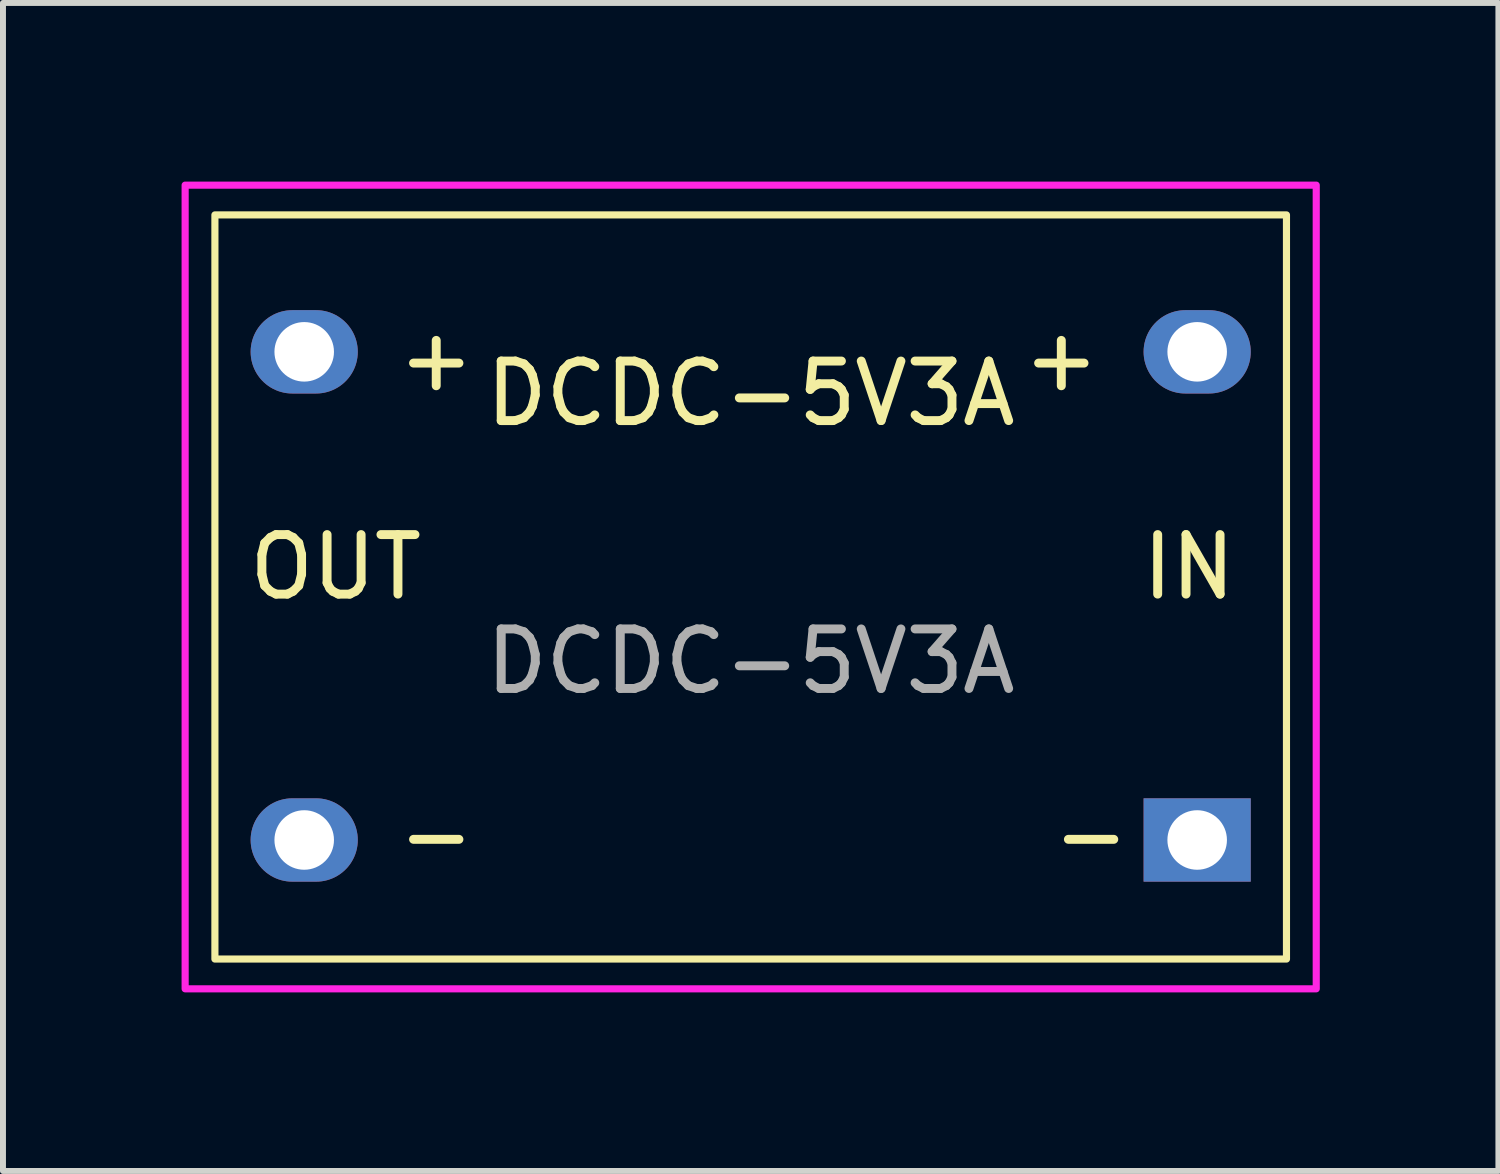
<source format=kicad_pcb>
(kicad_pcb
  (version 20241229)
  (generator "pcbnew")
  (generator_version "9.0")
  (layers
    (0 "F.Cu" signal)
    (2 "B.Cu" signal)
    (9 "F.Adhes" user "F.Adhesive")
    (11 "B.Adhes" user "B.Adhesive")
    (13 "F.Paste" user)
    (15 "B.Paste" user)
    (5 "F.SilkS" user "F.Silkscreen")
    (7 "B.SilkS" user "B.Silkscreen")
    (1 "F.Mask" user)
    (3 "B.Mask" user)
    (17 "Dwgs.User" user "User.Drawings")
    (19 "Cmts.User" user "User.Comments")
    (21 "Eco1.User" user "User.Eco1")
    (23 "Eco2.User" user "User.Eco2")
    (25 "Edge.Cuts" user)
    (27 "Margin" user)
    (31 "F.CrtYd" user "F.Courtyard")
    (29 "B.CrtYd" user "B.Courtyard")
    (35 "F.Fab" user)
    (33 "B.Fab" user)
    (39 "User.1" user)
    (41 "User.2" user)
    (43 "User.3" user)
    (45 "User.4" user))
  (footprint "DCDC-5V3A"
    (layer "F.Cu")
    (at 9.56 11.06)
    (property "Reference" "DCDC-5V3A" (at 0 -7.5 0) (unlocked yes) (layer "F.SilkS") (effects (font (size 1 1) (thickness 0.15))))
    (attr through_hole)
    (fp_rect (start -9 2) (end 9 -10.5) (stroke (width 0.12) (type default)) (fill no) (layer "F.SilkS"))
    (fp_rect (start -9.5 -11) (end 9.5 2.5) (stroke (width 0.12) (type default)) (fill no) (layer "F.CrtYd"))
    (fp_text user "-" (at 5 0.5 0) (unlocked yes) (layer "F.SilkS") (effects (font (size 1 1) (thickness 0.15)) (justify left bottom)))
    (fp_text user "-" (at -6 0.5 0) (unlocked yes) (layer "F.SilkS") (effects (font (size 1 1) (thickness 0.15)) (justify left bottom)))
    (fp_text user "OUT" (at -8.5 -4 0) (unlocked yes) (layer "F.SilkS") (effects (font (size 1 1) (thickness 0.15)) (justify left bottom)))
    (fp_text user "IN" (at 6.5 -4 0) (unlocked yes) (layer "F.SilkS") (effects (font (size 1 1) (thickness 0.15)) (justify left bottom)))
    (fp_text user "+" (at 4.5 -7.5 0) (unlocked yes) (layer "F.SilkS") (effects (font (size 1 1) (thickness 0.15)) (justify left bottom)))
    (fp_text user "+" (at -6 -7.5 0) (unlocked yes) (layer "F.SilkS") (effects (font (size 1 1) (thickness 0.15)) (justify left bottom)))
    (fp_text user "${REFERENCE}" (at 0 -3 0) (unlocked yes) (layer "F.Fab") (effects (font (size 1 1) (thickness 0.15))))
    (pad "1" thru_hole rect (at 7.5 0 270) (size 1.4 1.8) (drill 1) (layers "*.Cu" "*.Mask"))
    (pad "2" thru_hole oval (at 7.5 -8.2 270) (size 1.4 1.8) (drill 1) (layers "*.Cu" "*.Mask"))
    (pad "3" thru_hole oval (at -7.5 0 270) (size 1.4 1.8) (drill 1) (layers "*.Cu" "*.Mask"))
    (pad "4" thru_hole oval (at -7.5 -8.2 270) (size 1.4 1.8) (drill 1) (layers "*.Cu" "*.Mask")))
  (gr_rect
    (start -3 -3)
    (end 22.12 16.62)
    (stroke (width 0.1) (type default))
    (fill no)
    (layer "Edge.Cuts")))
</source>
